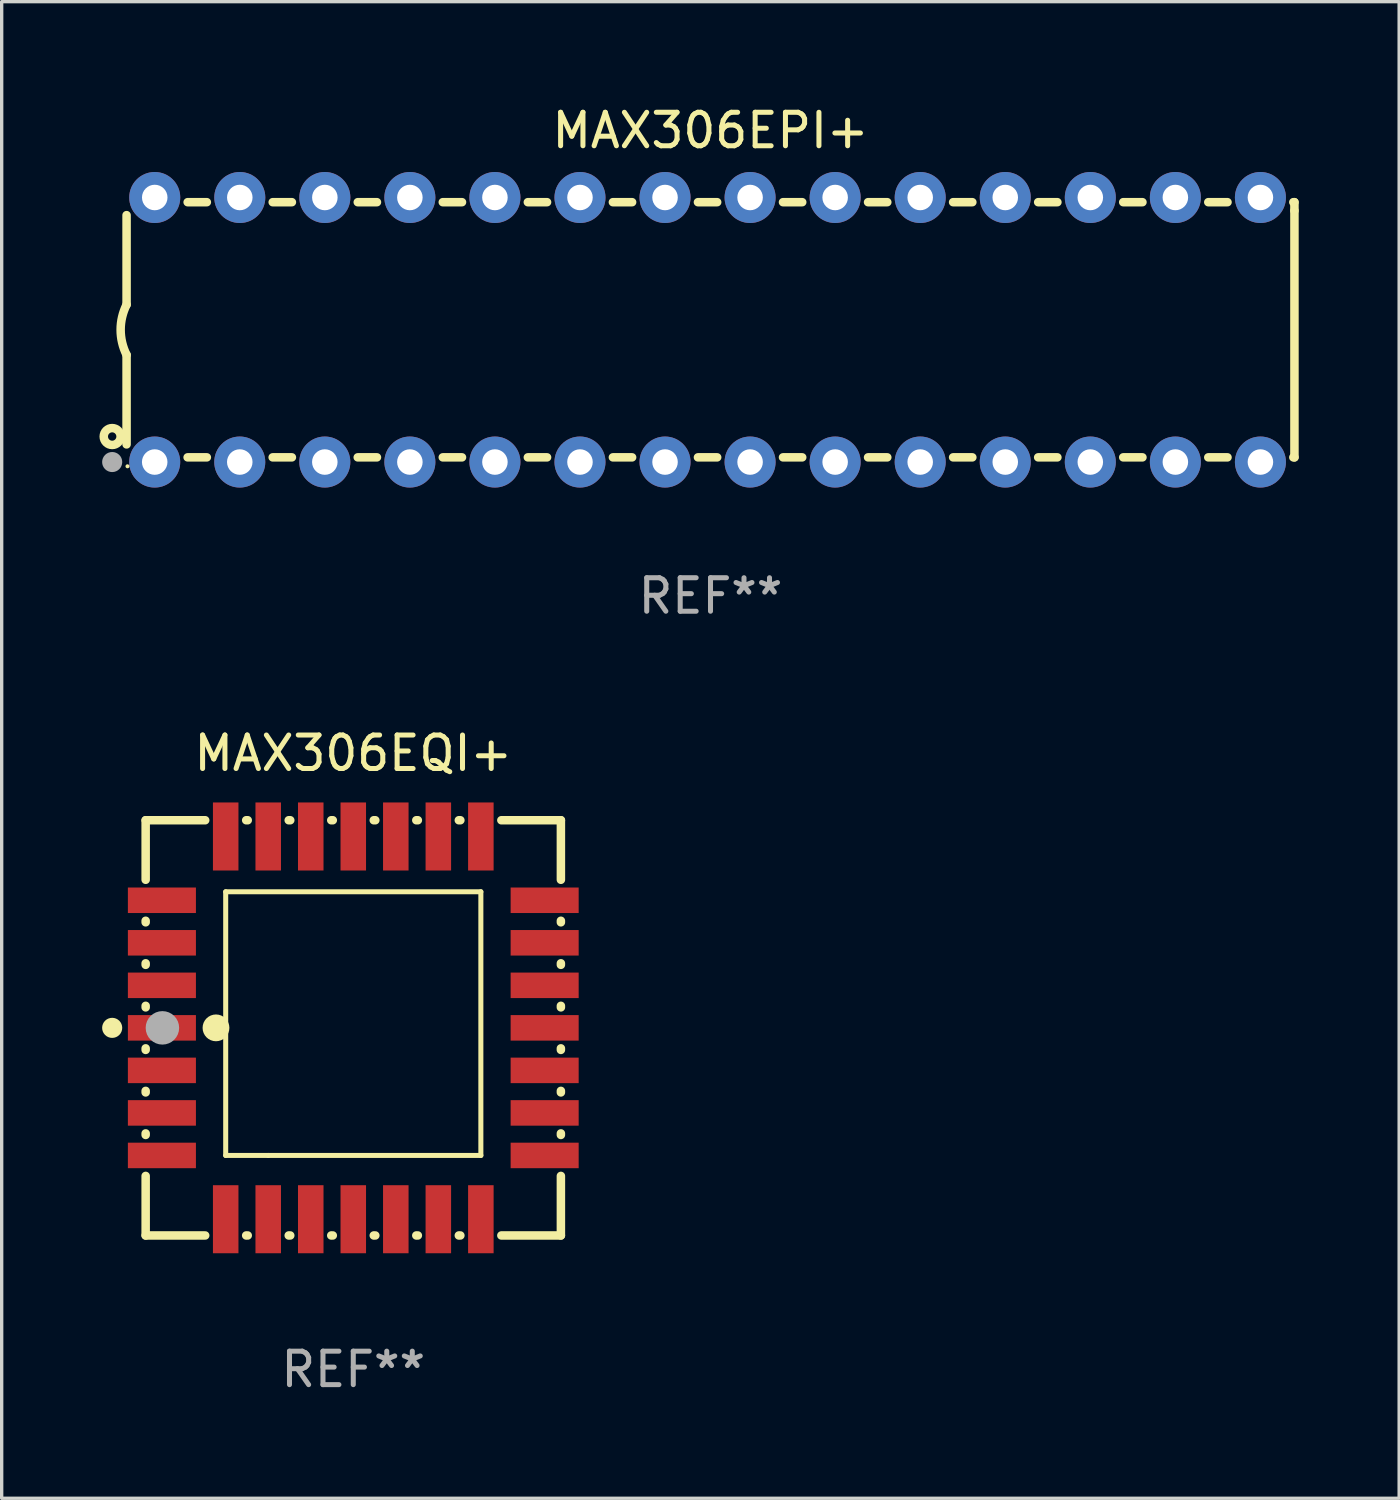
<source format=kicad_pcb>
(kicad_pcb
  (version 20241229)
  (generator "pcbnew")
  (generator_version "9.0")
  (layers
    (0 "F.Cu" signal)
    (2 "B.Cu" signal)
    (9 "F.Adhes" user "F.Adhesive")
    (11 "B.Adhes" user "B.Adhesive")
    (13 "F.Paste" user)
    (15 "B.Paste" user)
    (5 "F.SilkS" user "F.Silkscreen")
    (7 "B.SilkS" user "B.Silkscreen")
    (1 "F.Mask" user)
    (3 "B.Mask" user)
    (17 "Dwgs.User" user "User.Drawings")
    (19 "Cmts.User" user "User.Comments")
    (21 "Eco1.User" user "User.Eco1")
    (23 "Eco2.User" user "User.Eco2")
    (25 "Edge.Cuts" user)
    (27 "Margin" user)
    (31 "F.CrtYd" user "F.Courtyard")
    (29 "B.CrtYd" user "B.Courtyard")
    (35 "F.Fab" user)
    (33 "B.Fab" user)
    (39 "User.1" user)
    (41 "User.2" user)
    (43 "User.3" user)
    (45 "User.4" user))
  (footprint "MAX306EPI+"
    (layer "F.Cu")
    (at 18.168 6.798)
    (property "Reference" "MAX306EPI+" (at 0 -5.95 0) (layer "F.SilkS") (effects (font (size 1 1) (thickness 0.15))))
    (attr through_hole)
    (fp_line (start -17.438 0.75) (end -17.438 3.423) (stroke (width 0.254) (type solid)) (layer "F.SilkS"))
    (fp_line (start -17.438 -3.423) (end -17.438 -0.75) (stroke (width 0.254) (type solid)) (layer "F.SilkS"))
    (fp_line (start -15.615 3.81) (end -15.041 3.81) (stroke (width 0.254) (type solid)) (layer "F.SilkS"))
    (fp_line (start -15.041 -3.81) (end -15.614 -3.81) (stroke (width 0.254) (type solid)) (layer "F.SilkS"))
    (fp_line (start -13.075 3.81) (end -12.501 3.81) (stroke (width 0.254) (type solid)) (layer "F.SilkS"))
    (fp_line (start -12.501 -3.81) (end -13.074 -3.81) (stroke (width 0.254) (type solid)) (layer "F.SilkS"))
    (fp_line (start -10.535 3.81) (end -9.961 3.81) (stroke (width 0.254) (type solid)) (layer "F.SilkS"))
    (fp_line (start -9.961 -3.81) (end -10.534 -3.81) (stroke (width 0.254) (type solid)) (layer "F.SilkS"))
    (fp_line (start -7.995 3.81) (end -7.421 3.81) (stroke (width 0.254) (type solid)) (layer "F.SilkS"))
    (fp_line (start -7.421 -3.81) (end -7.995 -3.81) (stroke (width 0.254) (type solid)) (layer "F.SilkS"))
    (fp_line (start -5.455 3.81) (end -4.881 3.81) (stroke (width 0.254) (type solid)) (layer "F.SilkS"))
    (fp_line (start -4.881 -3.81) (end -5.455 -3.81) (stroke (width 0.254) (type solid)) (layer "F.SilkS"))
    (fp_line (start -2.915 3.81) (end -2.341 3.81) (stroke (width 0.254) (type solid)) (layer "F.SilkS"))
    (fp_line (start -2.341 -3.81) (end -2.915 -3.81) (stroke (width 0.254) (type solid)) (layer "F.SilkS"))
    (fp_line (start -0.375 3.81) (end 0.199 3.81) (stroke (width 0.254) (type solid)) (layer "F.SilkS"))
    (fp_line (start 0.199 -3.81) (end -0.375 -3.81) (stroke (width 0.254) (type solid)) (layer "F.SilkS"))
    (fp_line (start 2.165 3.81) (end 2.739 3.81) (stroke (width 0.254) (type solid)) (layer "F.SilkS"))
    (fp_line (start 2.739 -3.81) (end 2.165 -3.81) (stroke (width 0.254) (type solid)) (layer "F.SilkS"))
    (fp_line (start 4.705 3.81) (end 5.279 3.81) (stroke (width 0.254) (type solid)) (layer "F.SilkS"))
    (fp_line (start 5.279 -3.81) (end 4.705 -3.81) (stroke (width 0.254) (type solid)) (layer "F.SilkS"))
    (fp_line (start 7.245 3.81) (end 7.819 3.81) (stroke (width 0.254) (type solid)) (layer "F.SilkS"))
    (fp_line (start 7.819 -3.81) (end 7.245 -3.81) (stroke (width 0.254) (type solid)) (layer "F.SilkS"))
    (fp_line (start 9.785 3.81) (end 10.359 3.81) (stroke (width 0.254) (type solid)) (layer "F.SilkS"))
    (fp_line (start 10.359 -3.81) (end 9.785 -3.81) (stroke (width 0.254) (type solid)) (layer "F.SilkS"))
    (fp_line (start 12.325 3.81) (end 12.899 3.81) (stroke (width 0.254) (type solid)) (layer "F.SilkS"))
    (fp_line (start 12.899 -3.81) (end 12.325 -3.81) (stroke (width 0.254) (type solid)) (layer "F.SilkS"))
    (fp_line (start 14.865 3.81) (end 15.439 3.81) (stroke (width 0.254) (type solid)) (layer "F.SilkS"))
    (fp_line (start 15.439 -3.81) (end 14.865 -3.81) (stroke (width 0.254) (type solid)) (layer "F.SilkS"))
    (fp_line (start 17.405 3.81) (end 17.438 3.81) (stroke (width 0.254) (type solid)) (layer "F.SilkS"))
    (fp_line (start 17.438 -3.81) (end 17.405 -3.81) (stroke (width 0.254) (type solid)) (layer "F.SilkS"))
    (fp_line (start 17.438 -3.556) (end 17.438 -3.81) (stroke (width 0.254) (type solid)) (layer "F.SilkS"))
    (fp_line (start 17.438 3.81) (end 17.438 -3.556) (stroke (width 0.254) (type solid)) (layer "F.SilkS"))
    (fp_arc (start -17.437986 0.749657) (mid -17.614887 -0.000024) (end -17.437783 -0.749657) (stroke (width 0.254001) (type solid)) (layer "F.SilkS"))
    (fp_circle (center -17.868 3.188) (end -17.743 3.188) (stroke (width 0.254) (type solid)) (fill no) (layer "F.SilkS"))
    (fp_circle (center -17.411 4.077) (end -17.381 4.077) (stroke (width 0.06) (type solid)) (fill no) (layer "F.SilkS"))
    (fp_circle (center -17.868 3.95) (end -17.718 3.95) (stroke (width 0.3) (type solid)) (fill no) (layer "F.Fab"))
    (fp_text user "REF**" (at 0 7.95 0) (layer "F.Fab") (effects (font (size 1 1) (thickness 0.15))))
    (pad "1" thru_hole circle (at -16.598 3.95) (size 1.524 1.524) (drill 0.762) (layers "*.Cu" "*.Mask"))
    (pad "2" thru_hole circle (at -14.058 3.95) (size 1.524 1.524) (drill 0.762) (layers "*.Cu" "*.Mask"))
    (pad "3" thru_hole circle (at -11.518 3.95) (size 1.524 1.524) (drill 0.762) (layers "*.Cu" "*.Mask"))
    (pad "4" thru_hole circle (at -8.978 3.95) (size 1.524 1.524) (drill 0.762) (layers "*.Cu" "*.Mask"))
    (pad "5" thru_hole circle (at -6.438 3.95) (size 1.524 1.524) (drill 0.762) (layers "*.Cu" "*.Mask"))
    (pad "6" thru_hole circle (at -3.898 3.95) (size 1.524 1.524) (drill 0.762) (layers "*.Cu" "*.Mask"))
    (pad "7" thru_hole circle (at -1.358 3.95) (size 1.524 1.524) (drill 0.762) (layers "*.Cu" "*.Mask"))
    (pad "8" thru_hole circle (at 1.182 3.95) (size 1.524 1.524) (drill 0.762) (layers "*.Cu" "*.Mask"))
    (pad "9" thru_hole circle (at 3.722 3.95) (size 1.524 1.524) (drill 0.762) (layers "*.Cu" "*.Mask"))
    (pad "10" thru_hole circle (at 6.262 3.95) (size 1.524 1.524) (drill 0.762) (layers "*.Cu" "*.Mask"))
    (pad "11" thru_hole circle (at 8.802 3.95) (size 1.524 1.524) (drill 0.762) (layers "*.Cu" "*.Mask"))
    (pad "12" thru_hole circle (at 11.342 3.95) (size 1.524 1.524) (drill 0.762) (layers "*.Cu" "*.Mask"))
    (pad "13" thru_hole circle (at 13.882 3.95) (size 1.524 1.524) (drill 0.762) (layers "*.Cu" "*.Mask"))
    (pad "14" thru_hole circle (at 16.422 3.95) (size 1.524 1.524) (drill 0.762) (layers "*.Cu" "*.Mask"))
    (pad "15" thru_hole circle (at 16.422 -3.95) (size 1.524 1.524) (drill 0.762) (layers "*.Cu" "*.Mask"))
    (pad "16" thru_hole circle (at 13.882 -3.95) (size 1.524 1.524) (drill 0.762) (layers "*.Cu" "*.Mask"))
    (pad "17" thru_hole circle (at 11.342 -3.95) (size 1.524 1.524) (drill 0.762) (layers "*.Cu" "*.Mask"))
    (pad "18" thru_hole circle (at 8.802 -3.95) (size 1.524 1.524) (drill 0.762) (layers "*.Cu" "*.Mask"))
    (pad "19" thru_hole circle (at 6.262 -3.95) (size 1.524 1.524) (drill 0.762) (layers "*.Cu" "*.Mask"))
    (pad "20" thru_hole circle (at 3.722 -3.95) (size 1.524 1.524) (drill 0.762) (layers "*.Cu" "*.Mask"))
    (pad "21" thru_hole circle (at 1.182 -3.95) (size 1.524 1.524) (drill 0.762) (layers "*.Cu" "*.Mask"))
    (pad "22" thru_hole circle (at -1.358 -3.95) (size 1.524 1.524) (drill 0.762) (layers "*.Cu" "*.Mask"))
    (pad "23" thru_hole circle (at -3.898 -3.95) (size 1.524 1.524) (drill 0.762) (layers "*.Cu" "*.Mask"))
    (pad "24" thru_hole circle (at -6.438 -3.95) (size 1.524 1.524) (drill 0.762) (layers "*.Cu" "*.Mask"))
    (pad "25" thru_hole circle (at -8.978 -3.95) (size 1.524 1.524) (drill 0.762) (layers "*.Cu" "*.Mask"))
    (pad "26" thru_hole circle (at -11.517 -3.95) (size 1.524 1.524) (drill 0.762) (layers "*.Cu" "*.Mask"))
    (pad "27" thru_hole circle (at -14.057 -3.95) (size 1.524 1.524) (drill 0.762) (layers "*.Cu" "*.Mask"))
    (pad "28" thru_hole circle (at -16.597 -3.95) (size 1.524 1.524) (drill 0.762) (layers "*.Cu" "*.Mask")))
  (footprint "MAX306EQI+"
    (layer "F.Cu")
    (at 7.5 27.645)
    (property "Reference" "MAX306EQI+" (at 0 -8.2 0) (layer "F.SilkS") (effects (font (size 1 1) (thickness 0.15))))
    (attr through_hole)
    (fp_line (start -6.2 -6.2) (end -4.422 -6.2) (stroke (width 0.254) (type solid)) (layer "F.SilkS"))
    (fp_line (start -6.2 -4.422) (end -6.2 -6.2) (stroke (width 0.254) (type solid)) (layer "F.SilkS"))
    (fp_line (start -6.2 -3.152) (end -6.2 -3.198) (stroke (width 0.254) (type solid)) (layer "F.SilkS"))
    (fp_line (start -6.2 -1.882) (end -6.2 -1.928) (stroke (width 0.254) (type solid)) (layer "F.SilkS"))
    (fp_line (start -6.2 -0.612) (end -6.2 -0.658) (stroke (width 0.254) (type solid)) (layer "F.SilkS"))
    (fp_line (start -6.2 0.658) (end -6.2 0.612) (stroke (width 0.254) (type solid)) (layer "F.SilkS"))
    (fp_line (start -6.2 1.928) (end -6.2 1.882) (stroke (width 0.254) (type solid)) (layer "F.SilkS"))
    (fp_line (start -6.2 3.198) (end -6.2 3.152) (stroke (width 0.254) (type solid)) (layer "F.SilkS"))
    (fp_line (start -6.2 6.2) (end -6.2 4.422) (stroke (width 0.254) (type solid)) (layer "F.SilkS"))
    (fp_line (start -4.422 6.2) (end -6.2 6.2) (stroke (width 0.254) (type solid)) (layer "F.SilkS"))
    (fp_line (start -3.81 -4.064) (end 3.81 -4.064) (stroke (width 0.15) (type solid)) (layer "F.SilkS"))
    (fp_line (start -3.81 3.81) (end -3.81 -4.064) (stroke (width 0.15) (type solid)) (layer "F.SilkS"))
    (fp_line (start -3.198 -6.2) (end -3.152 -6.2) (stroke (width 0.254) (type solid)) (layer "F.SilkS"))
    (fp_line (start -3.152 6.2) (end -3.198 6.2) (stroke (width 0.254) (type solid)) (layer "F.SilkS"))
    (fp_line (start -2.54 3.81) (end -3.81 3.81) (stroke (width 0.15) (type solid)) (layer "F.SilkS"))
    (fp_line (start -1.928 -6.2) (end -1.882 -6.2) (stroke (width 0.254) (type solid)) (layer "F.SilkS"))
    (fp_line (start -1.882 6.2) (end -1.928 6.2) (stroke (width 0.254) (type solid)) (layer "F.SilkS"))
    (fp_line (start -0.658 -6.2) (end -0.612 -6.2) (stroke (width 0.254) (type solid)) (layer "F.SilkS"))
    (fp_line (start -0.612 6.2) (end -0.658 6.2) (stroke (width 0.254) (type solid)) (layer "F.SilkS"))
    (fp_line (start 0.612 -6.2) (end 0.658 -6.2) (stroke (width 0.254) (type solid)) (layer "F.SilkS"))
    (fp_line (start 0.658 6.2) (end 0.612 6.2) (stroke (width 0.254) (type solid)) (layer "F.SilkS"))
    (fp_line (start 1.882 -6.2) (end 1.928 -6.2) (stroke (width 0.254) (type solid)) (layer "F.SilkS"))
    (fp_line (start 1.928 6.2) (end 1.882 6.2) (stroke (width 0.254) (type solid)) (layer "F.SilkS"))
    (fp_line (start 3.152 -6.2) (end 3.198 -6.2) (stroke (width 0.254) (type solid)) (layer "F.SilkS"))
    (fp_line (start 3.198 6.2) (end 3.152 6.2) (stroke (width 0.254) (type solid)) (layer "F.SilkS"))
    (fp_line (start 3.81 -4.064) (end 3.81 3.81) (stroke (width 0.15) (type solid)) (layer "F.SilkS"))
    (fp_line (start 3.81 3.81) (end -2.54 3.81) (stroke (width 0.15) (type solid)) (layer "F.SilkS"))
    (fp_line (start 4.422 -6.2) (end 6.2 -6.2) (stroke (width 0.254) (type solid)) (layer "F.SilkS"))
    (fp_line (start 6.2 -6.2) (end 6.2 -4.422) (stroke (width 0.254) (type solid)) (layer "F.SilkS"))
    (fp_line (start 6.2 -3.198) (end 6.2 -3.152) (stroke (width 0.254) (type solid)) (layer "F.SilkS"))
    (fp_line (start 6.2 -1.928) (end 6.2 -1.882) (stroke (width 0.254) (type solid)) (layer "F.SilkS"))
    (fp_line (start 6.2 -0.658) (end 6.2 -0.612) (stroke (width 0.254) (type solid)) (layer "F.SilkS"))
    (fp_line (start 6.2 0.612) (end 6.2 0.658) (stroke (width 0.254) (type solid)) (layer "F.SilkS"))
    (fp_line (start 6.2 1.882) (end 6.2 1.928) (stroke (width 0.254) (type solid)) (layer "F.SilkS"))
    (fp_line (start 6.2 3.152) (end 6.2 3.198) (stroke (width 0.254) (type solid)) (layer "F.SilkS"))
    (fp_line (start 6.2 4.422) (end 6.2 6.2) (stroke (width 0.254) (type solid)) (layer "F.SilkS"))
    (fp_line (start 6.2 6.2) (end 4.422 6.2) (stroke (width 0.254) (type solid)) (layer "F.SilkS"))
    (fp_circle (center -7.2 0) (end -7.05 0) (stroke (width 0.3) (type solid)) (fill no) (layer "F.SilkS"))
    (fp_circle (center -6.223 6.223) (end -6.193 6.223) (stroke (width 0.06) (type solid)) (fill no) (layer "F.SilkS"))
    (fp_circle (center -4.1 0) (end -3.9 0) (stroke (width 0.4) (type solid)) (fill no) (layer "F.SilkS"))
    (fp_circle (center -5.7 0) (end -5.45 0) (stroke (width 0.5) (type solid)) (fill no) (layer "F.Fab"))
    (fp_text user "REF**" (at 0 10.2 0) (layer "F.Fab") (effects (font (size 1 1) (thickness 0.15))))
    (pad "1" smd rect (at -5.715 0) (size 2.032 0.762) (layers "F.Cu" "F.Mask" "F.Paste"))
    (pad "2" smd rect (at -5.715 1.27) (size 2.032 0.762) (layers "F.Cu" "F.Mask" "F.Paste"))
    (pad "3" smd rect (at -5.715 2.54) (size 2.032 0.762) (layers "F.Cu" "F.Mask" "F.Paste"))
    (pad "4" smd rect (at -5.715 3.81) (size 2.032 0.762) (layers "F.Cu" "F.Mask" "F.Paste"))
    (pad "5" smd rect (at -3.81 5.715) (size 0.762 2.032) (layers "F.Cu" "F.Mask" "F.Paste"))
    (pad "6" smd rect (at -2.54 5.715) (size 0.762 2.032) (layers "F.Cu" "F.Mask" "F.Paste"))
    (pad "7" smd rect (at -1.27 5.715) (size 0.762 2.032) (layers "F.Cu" "F.Mask" "F.Paste"))
    (pad "8" smd rect (at 0 5.715) (size 0.762 2.032) (layers "F.Cu" "F.Mask" "F.Paste"))
    (pad "9" smd rect (at 1.27 5.715) (size 0.762 2.032) (layers "F.Cu" "F.Mask" "F.Paste"))
    (pad "10" smd rect (at 2.54 5.715) (size 0.762 2.032) (layers "F.Cu" "F.Mask" "F.Paste"))
    (pad "11" smd rect (at 3.81 5.715) (size 0.762 2.032) (layers "F.Cu" "F.Mask" "F.Paste"))
    (pad "12" smd rect (at 5.715 3.81) (size 2.032 0.762) (layers "F.Cu" "F.Mask" "F.Paste"))
    (pad "13" smd rect (at 5.715 2.54) (size 2.032 0.762) (layers "F.Cu" "F.Mask" "F.Paste"))
    (pad "14" smd rect (at 5.715 1.27) (size 2.032 0.762) (layers "F.Cu" "F.Mask" "F.Paste"))
    (pad "15" smd rect (at 5.715 0) (size 2.032 0.762) (layers "F.Cu" "F.Mask" "F.Paste"))
    (pad "16" smd rect (at 5.715 -1.27) (size 2.032 0.762) (layers "F.Cu" "F.Mask" "F.Paste"))
    (pad "17" smd rect (at 5.715 -2.54) (size 2.032 0.762) (layers "F.Cu" "F.Mask" "F.Paste"))
    (pad "18" smd rect (at 5.715 -3.81) (size 2.032 0.762) (layers "F.Cu" "F.Mask" "F.Paste"))
    (pad "19" smd rect (at 3.81 -5.715) (size 0.762 2.032) (layers "F.Cu" "F.Mask" "F.Paste"))
    (pad "20" smd rect (at 2.54 -5.715) (size 0.762 2.032) (layers "F.Cu" "F.Mask" "F.Paste"))
    (pad "21" smd rect (at 1.27 -5.715) (size 0.762 2.032) (layers "F.Cu" "F.Mask" "F.Paste"))
    (pad "22" smd rect (at 0 -5.715) (size 0.762 2.032) (layers "F.Cu" "F.Mask" "F.Paste"))
    (pad "23" smd rect (at -1.27 -5.715) (size 0.762 2.032) (layers "F.Cu" "F.Mask" "F.Paste"))
    (pad "24" smd rect (at -2.54 -5.715) (size 0.762 2.032) (layers "F.Cu" "F.Mask" "F.Paste"))
    (pad "25" smd rect (at -3.81 -5.715) (size 0.762 2.032) (layers "F.Cu" "F.Mask" "F.Paste"))
    (pad "26" smd rect (at -5.715 -3.81) (size 2.032 0.762) (layers "F.Cu" "F.Mask" "F.Paste"))
    (pad "27" smd rect (at -5.715 -2.54) (size 2.032 0.762) (layers "F.Cu" "F.Mask" "F.Paste"))
    (pad "28" smd rect (at -5.715 -1.27) (size 2.032 0.762) (layers "F.Cu" "F.Mask" "F.Paste")))
  (gr_rect
    (start -3 -3)
    (end 38.733 41.693)
    (stroke (width 0.1) (type default))
    (fill no)
    (layer "Edge.Cuts")))
</source>
